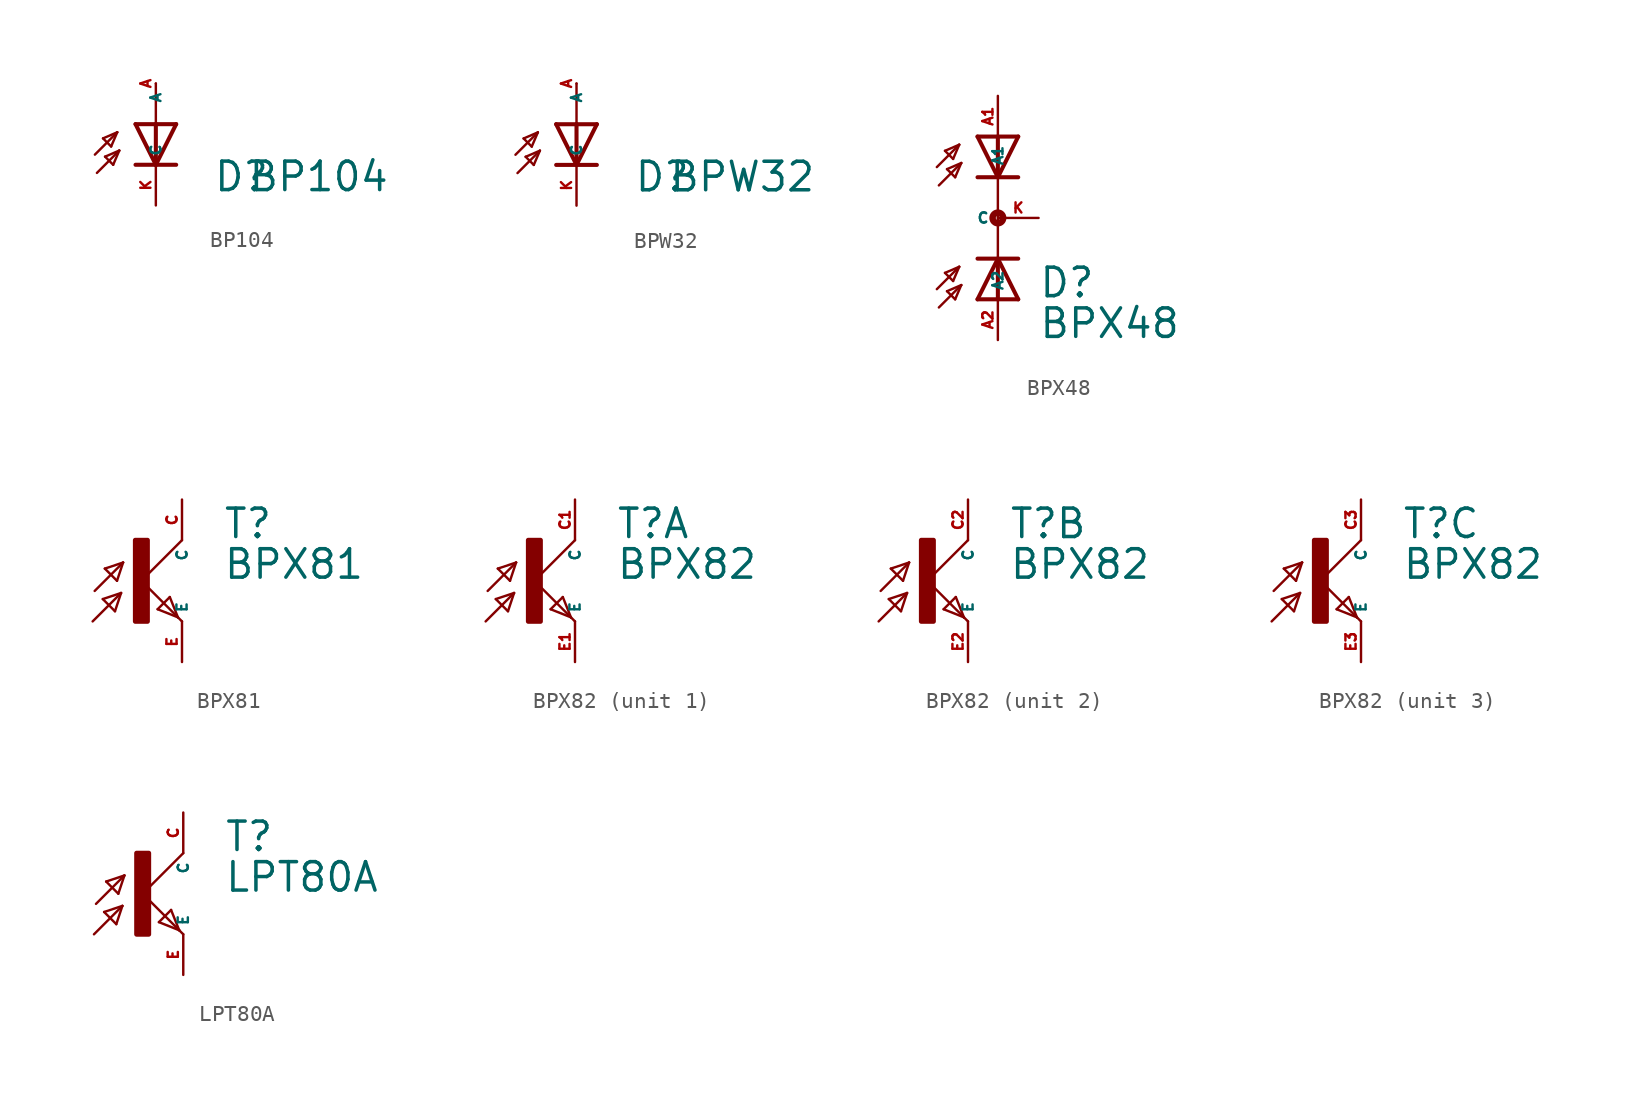
<source format=kicad_sym>
(kicad_symbol_lib
  (version 20220914)
  (generator Eagle2Kicad)
  (symbol "BP104"
    (property "Reference" "D"
      (at 3.556 -4.318 0)
      (effects (font (size 1.778 1.778) (thickness 0.22)) (justify left bottom)))
    (property "Value" "BP104"
      (at 5.715 -4.318 0)
      (effects (font (size 1.778 1.778) (thickness 0.22)) (justify left bottom)))
    (polyline
      (pts (xy 1.27 0) (xy 0 -2.54))
      (stroke (width 0.254) (type default))
      (fill (type none)))
    (polyline
      (pts (xy 0 -2.54) (xy -1.27 0))
      (stroke (width 0.254) (type default))
      (fill (type none)))
    (polyline
      (pts (xy 1.27 -2.54) (xy 0 -2.54))
      (stroke (width 0.254) (type default))
      (fill (type none)))
    (polyline
      (pts (xy 0 -2.54) (xy -1.27 -2.54))
      (stroke (width 0.254) (type default))
      (fill (type none)))
    (polyline
      (pts (xy 1.27 0) (xy 0 0))
      (stroke (width 0.254) (type default))
      (fill (type none)))
    (polyline
      (pts (xy 0 2.54) (xy 0 0))
      (stroke (width 0.152) (type default))
      (fill (type none)))
    (polyline
      (pts (xy 0 0) (xy -1.27 0))
      (stroke (width 0.254) (type default))
      (fill (type none)))
    (polyline
      (pts (xy 0 0) (xy 0 -2.54))
      (stroke (width 0.254) (type default))
      (fill (type none)))
    (polyline
      (pts (xy -3.683 -3.048) (xy -2.286 -1.651))
      (stroke (width 0.152) (type default))
      (fill (type none)))
    (polyline
      (pts (xy -2.286 -1.651) (xy -3.175 -2.032))
      (stroke (width 0.152) (type default))
      (fill (type none)))
    (polyline
      (pts (xy -3.175 -2.032) (xy -2.667 -2.54))
      (stroke (width 0.152) (type default))
      (fill (type none)))
    (polyline
      (pts (xy -2.667 -2.54) (xy -2.286 -1.651))
      (stroke (width 0.152) (type default))
      (fill (type none)))
    (polyline
      (pts (xy -2.413 -0.508) (xy -3.302 -0.889))
      (stroke (width 0.152) (type default))
      (fill (type none)))
    (polyline
      (pts (xy -3.302 -0.889) (xy -2.794 -1.397))
      (stroke (width 0.152) (type default))
      (fill (type none)))
    (polyline
      (pts (xy -2.794 -1.397) (xy -2.413 -0.508))
      (stroke (width 0.152) (type default))
      (fill (type none)))
    (polyline
      (pts (xy -3.81 -1.905) (xy -2.413 -0.508))
      (stroke (width 0.152) (type default))
      (fill (type none)))
    (pin passive line
      (at 0 -5.08 90)
      (length 2.54)
      (name "C" (effects (font (size 0.635 0.635) (thickness 0.08)) (justify left bottom)))
      (number "K" (effects (font (size 0.635 0.635) (thickness 0.08)) (justify left bottom))))
    (pin passive line
      (at 0 2.54 270)
      (length 0)
      (name "A" (effects (font (size 0.635 0.635) (thickness 0.08)) (justify left bottom)))
      (number "A" (effects (font (size 0.635 0.635) (thickness 0.08)) (justify left bottom)))))
  (symbol "BPW32"
    (property "Reference" "D"
      (at 3.556 -4.318 0)
      (effects (font (size 1.778 1.778) (thickness 0.22)) (justify left bottom)))
    (property "Value" "BPW32"
      (at 5.715 -4.318 0)
      (effects (font (size 1.778 1.778) (thickness 0.22)) (justify left bottom)))
    (polyline
      (pts (xy 1.27 0) (xy 0 -2.54))
      (stroke (width 0.254) (type default))
      (fill (type none)))
    (polyline
      (pts (xy 0 -2.54) (xy -1.27 0))
      (stroke (width 0.254) (type default))
      (fill (type none)))
    (polyline
      (pts (xy 1.27 -2.54) (xy 0 -2.54))
      (stroke (width 0.254) (type default))
      (fill (type none)))
    (polyline
      (pts (xy 0 -2.54) (xy -1.27 -2.54))
      (stroke (width 0.254) (type default))
      (fill (type none)))
    (polyline
      (pts (xy 1.27 0) (xy 0 0))
      (stroke (width 0.254) (type default))
      (fill (type none)))
    (polyline
      (pts (xy 0 2.54) (xy 0 0))
      (stroke (width 0.152) (type default))
      (fill (type none)))
    (polyline
      (pts (xy 0 0) (xy -1.27 0))
      (stroke (width 0.254) (type default))
      (fill (type none)))
    (polyline
      (pts (xy 0 0) (xy 0 -2.54))
      (stroke (width 0.254) (type default))
      (fill (type none)))
    (polyline
      (pts (xy -3.683 -3.048) (xy -2.286 -1.651))
      (stroke (width 0.152) (type default))
      (fill (type none)))
    (polyline
      (pts (xy -2.286 -1.651) (xy -3.175 -2.032))
      (stroke (width 0.152) (type default))
      (fill (type none)))
    (polyline
      (pts (xy -3.175 -2.032) (xy -2.667 -2.54))
      (stroke (width 0.152) (type default))
      (fill (type none)))
    (polyline
      (pts (xy -2.667 -2.54) (xy -2.286 -1.651))
      (stroke (width 0.152) (type default))
      (fill (type none)))
    (polyline
      (pts (xy -2.413 -0.508) (xy -3.302 -0.889))
      (stroke (width 0.152) (type default))
      (fill (type none)))
    (polyline
      (pts (xy -3.302 -0.889) (xy -2.794 -1.397))
      (stroke (width 0.152) (type default))
      (fill (type none)))
    (polyline
      (pts (xy -2.794 -1.397) (xy -2.413 -0.508))
      (stroke (width 0.152) (type default))
      (fill (type none)))
    (polyline
      (pts (xy -3.81 -1.905) (xy -2.413 -0.508))
      (stroke (width 0.152) (type default))
      (fill (type none)))
    (pin passive line
      (at 0 -5.08 90)
      (length 2.54)
      (name "C" (effects (font (size 0.635 0.635) (thickness 0.08)) (justify left bottom)))
      (number "K" (effects (font (size 0.635 0.635) (thickness 0.08)) (justify left bottom))))
    (pin passive line
      (at 0 2.54 270)
      (length 0)
      (name "A" (effects (font (size 0.635 0.635) (thickness 0.08)) (justify left bottom)))
      (number "A" (effects (font (size 0.635 0.635) (thickness 0.08)) (justify left bottom)))))
  (symbol "BPX48"
    (property "Reference" "D"
      (at 2.515 -5.08 0)
      (effects (font (size 1.778 1.778) (thickness 0.22)) (justify left bottom)))
    (property "Value" "BPX48"
      (at 2.515 -7.62 0)
      (effects (font (size 1.778 1.778) (thickness 0.22)) (justify left bottom)))
    (polyline
      (pts (xy -1.27 5.08) (xy 0 2.54))
      (stroke (width 0.254) (type default))
      (fill (type none)))
    (polyline
      (pts (xy 0 2.54) (xy 1.27 5.08))
      (stroke (width 0.254) (type default))
      (fill (type none)))
    (polyline
      (pts (xy 1.27 2.54) (xy 0 2.54))
      (stroke (width 0.254) (type default))
      (fill (type none)))
    (polyline
      (pts (xy 1.27 5.08) (xy 0 5.08))
      (stroke (width 0.254) (type default))
      (fill (type none)))
    (polyline
      (pts (xy 0 5.08) (xy 0 2.54))
      (stroke (width 0.254) (type default))
      (fill (type none)))
    (polyline
      (pts (xy 0 5.08) (xy -1.27 5.08))
      (stroke (width 0.254) (type default))
      (fill (type none)))
    (polyline
      (pts (xy 0 2.54) (xy -1.27 2.54))
      (stroke (width 0.254) (type default))
      (fill (type none)))
    (polyline
      (pts (xy 1.27 -5.08) (xy 0 -2.54))
      (stroke (width 0.254) (type default))
      (fill (type none)))
    (polyline
      (pts (xy 0 -2.54) (xy -1.27 -5.08))
      (stroke (width 0.254) (type default))
      (fill (type none)))
    (polyline
      (pts (xy -1.27 -2.54) (xy 0 -2.54))
      (stroke (width 0.254) (type default))
      (fill (type none)))
    (polyline
      (pts (xy 0 2.54) (xy 0 -2.54))
      (stroke (width 0.152) (type default))
      (fill (type none)))
    (polyline
      (pts (xy -1.27 -5.08) (xy 0 -5.08))
      (stroke (width 0.254) (type default))
      (fill (type none)))
    (polyline
      (pts (xy 0 -5.08) (xy 0 -2.54))
      (stroke (width 0.254) (type default))
      (fill (type none)))
    (polyline
      (pts (xy 0 -5.08) (xy 1.27 -5.08))
      (stroke (width 0.254) (type default))
      (fill (type none)))
    (polyline
      (pts (xy 0 -2.54) (xy 1.27 -2.54))
      (stroke (width 0.254) (type default))
      (fill (type none)))
    (polyline
      (pts (xy -3.683 -5.588) (xy -2.286 -4.191))
      (stroke (width 0.152) (type default))
      (fill (type none)))
    (polyline
      (pts (xy -2.286 -4.191) (xy -3.175 -4.572))
      (stroke (width 0.152) (type default))
      (fill (type none)))
    (polyline
      (pts (xy -3.175 -4.572) (xy -2.667 -5.08))
      (stroke (width 0.152) (type default))
      (fill (type none)))
    (polyline
      (pts (xy -2.667 -5.08) (xy -2.286 -4.191))
      (stroke (width 0.152) (type default))
      (fill (type none)))
    (polyline
      (pts (xy -2.413 -3.048) (xy -3.302 -3.429))
      (stroke (width 0.152) (type default))
      (fill (type none)))
    (polyline
      (pts (xy -3.302 -3.429) (xy -2.794 -3.937))
      (stroke (width 0.152) (type default))
      (fill (type none)))
    (polyline
      (pts (xy -2.794 -3.937) (xy -2.413 -3.048))
      (stroke (width 0.152) (type default))
      (fill (type none)))
    (polyline
      (pts (xy -3.81 -4.445) (xy -2.413 -3.048))
      (stroke (width 0.152) (type default))
      (fill (type none)))
    (polyline
      (pts (xy -3.683 2.032) (xy -2.286 3.429))
      (stroke (width 0.152) (type default))
      (fill (type none)))
    (polyline
      (pts (xy -2.286 3.429) (xy -3.175 3.048))
      (stroke (width 0.152) (type default))
      (fill (type none)))
    (polyline
      (pts (xy -3.175 3.048) (xy -2.667 2.54))
      (stroke (width 0.152) (type default))
      (fill (type none)))
    (polyline
      (pts (xy -2.667 2.54) (xy -2.286 3.429))
      (stroke (width 0.152) (type default))
      (fill (type none)))
    (polyline
      (pts (xy -2.413 4.572) (xy -3.302 4.191))
      (stroke (width 0.152) (type default))
      (fill (type none)))
    (polyline
      (pts (xy -3.302 4.191) (xy -2.794 3.683))
      (stroke (width 0.152) (type default))
      (fill (type none)))
    (polyline
      (pts (xy -2.794 3.683) (xy -2.413 4.572))
      (stroke (width 0.152) (type default))
      (fill (type none)))
    (polyline
      (pts (xy -3.81 3.175) (xy -2.413 4.572))
      (stroke (width 0.152) (type default))
      (fill (type none)))
    (circle
      (center 0 0)
      (radius 0.127)
      (stroke (width 0.406) (type default))
      (fill (type none)))
    (pin passive line
      (at 0 7.62 270)
      (length 2.54)
      (name "A1" (effects (font (size 0.635 0.635) (thickness 0.08)) (justify left bottom)))
      (number "A1" (effects (font (size 0.635 0.635) (thickness 0.08)) (justify left bottom))))
    (pin passive line
      (at 0 -7.62 90)
      (length 2.54)
      (name "A2" (effects (font (size 0.635 0.635) (thickness 0.08)) (justify left bottom)))
      (number "A2" (effects (font (size 0.635 0.635) (thickness 0.08)) (justify left bottom))))
    (pin passive line
      (at 2.54 0 180)
      (length 2.54)
      (name "C" (effects (font (size 0.635 0.635) (thickness 0.08)) (justify left bottom)))
      (number "K" (effects (font (size 0.635 0.635) (thickness 0.08)) (justify left bottom)))))
  (symbol "BPX81"
    (property "Reference" "T"
      (at 5.08 2.54 0)
      (effects (font (size 1.778 1.778) (thickness 0.22)) (justify left bottom)))
    (property "Value" "BPX81"
      (at 5.08 0 0)
      (effects (font (size 1.778 1.778) (thickness 0.22)) (justify left bottom)))
    (polyline
      (pts (xy -3.048 -2.54) (xy -1.27 -0.762))
      (stroke (width 0.152) (type default))
      (fill (type none)))
    (polyline
      (pts (xy -1.27 -0.762) (xy -2.413 -1.143))
      (stroke (width 0.152) (type default))
      (fill (type none)))
    (polyline
      (pts (xy -2.413 -1.143) (xy -1.651 -1.905))
      (stroke (width 0.152) (type default))
      (fill (type none)))
    (polyline
      (pts (xy -1.651 -1.905) (xy -1.27 -0.762))
      (stroke (width 0.152) (type default))
      (fill (type none)))
    (polyline
      (pts (xy -1.143 1.143) (xy -2.286 0.762))
      (stroke (width 0.152) (type default))
      (fill (type none)))
    (polyline
      (pts (xy -2.286 0.762) (xy -1.524 0))
      (stroke (width 0.152) (type default))
      (fill (type none)))
    (polyline
      (pts (xy -1.524 0) (xy -1.143 1.143))
      (stroke (width 0.152) (type default))
      (fill (type none)))
    (polyline
      (pts (xy -2.921 -0.635) (xy -1.143 1.143))
      (stroke (width 0.152) (type default))
      (fill (type none)))
    (polyline
      (pts (xy 2.54 2.54) (xy 0 0))
      (stroke (width 0.152) (type default))
      (fill (type none)))
    (polyline
      (pts (xy 0 0) (xy 2.286 -2.286))
      (stroke (width 0.152) (type default))
      (fill (type none)))
    (polyline
      (pts (xy 1.778 -1.016) (xy 2.286 -2.286))
      (stroke (width 0.152) (type default))
      (fill (type none)))
    (polyline
      (pts (xy 2.286 -2.286) (xy 2.54 -2.54))
      (stroke (width 0.152) (type default))
      (fill (type none)))
    (polyline
      (pts (xy 2.286 -2.286) (xy 1.016 -1.778))
      (stroke (width 0.152) (type default))
      (fill (type none)))
    (polyline
      (pts (xy 1.016 -1.778) (xy 1.778 -1.016))
      (stroke (width 0.152) (type default))
      (fill (type none)))
    (rectangle
      (start -0.381 -2.54)
      (end 0.381 2.54)
      (stroke (width 0.3) (type default))
      (fill (type outline)))
    (pin passive line
      (at 2.54 -5.08 90)
      (length 2.54)
      (name "E" (effects (font (size 0.635 0.635) (thickness 0.08)) (justify left bottom)))
      (number "E" (effects (font (size 0.635 0.635) (thickness 0.08)) (justify left bottom))))
    (pin passive line
      (at 2.54 5.08 270)
      (length 2.54)
      (name "C" (effects (font (size 0.635 0.635) (thickness 0.08)) (justify left bottom)))
      (number "C" (effects (font (size 0.635 0.635) (thickness 0.08)) (justify left bottom)))))
  (symbol "BPX82"
    (property "Reference" "T"
      (at 5.08 2.54 0)
      (effects (font (size 1.778 1.778) (thickness 0.22)) (justify left bottom)))
    (property "Value" "BPX82"
      (at 5.08 0 0)
      (effects (font (size 1.778 1.778) (thickness 0.22)) (justify left bottom)))
    (symbol "BPX82_1_0"
      (polyline (pts (xy -3.048 -2.54) (xy -1.27 -0.762)) (stroke (width 0.152) (type default)) (fill (type none)))
      (polyline (pts (xy -1.27 -0.762) (xy -2.413 -1.143)) (stroke (width 0.152) (type default)) (fill (type none)))
      (polyline (pts (xy -2.413 -1.143) (xy -1.651 -1.905)) (stroke (width 0.152) (type default)) (fill (type none)))
      (polyline (pts (xy -1.651 -1.905) (xy -1.27 -0.762)) (stroke (width 0.152) (type default)) (fill (type none)))
      (polyline (pts (xy -1.143 1.143) (xy -2.286 0.762)) (stroke (width 0.152) (type default)) (fill (type none)))
      (polyline (pts (xy -2.286 0.762) (xy -1.524 0)) (stroke (width 0.152) (type default)) (fill (type none)))
      (polyline (pts (xy -1.524 0) (xy -1.143 1.143)) (stroke (width 0.152) (type default)) (fill (type none)))
      (polyline (pts (xy -2.921 -0.635) (xy -1.143 1.143)) (stroke (width 0.152) (type default)) (fill (type none)))
      (polyline (pts (xy 2.54 2.54) (xy 0 0)) (stroke (width 0.152) (type default)) (fill (type none)))
      (polyline (pts (xy 0 0) (xy 2.286 -2.286)) (stroke (width 0.152) (type default)) (fill (type none)))
      (polyline (pts (xy 1.778 -1.016) (xy 2.286 -2.286)) (stroke (width 0.152) (type default)) (fill (type none)))
      (polyline (pts (xy 2.286 -2.286) (xy 2.54 -2.54)) (stroke (width 0.152) (type default)) (fill (type none)))
      (polyline (pts (xy 2.286 -2.286) (xy 1.016 -1.778)) (stroke (width 0.152) (type default)) (fill (type none)))
      (polyline (pts (xy 1.016 -1.778) (xy 1.778 -1.016)) (stroke (width 0.152) (type default)) (fill (type none)))
      (rectangle (start -0.381 -2.54) (end 0.381 2.54) (stroke (width 0.3) (type default)) (fill (type outline)))
      (pin passive line (at 2.54 -5.08 90) (length 2.54) (name "E" (effects (font (size 0.635 0.635) (thickness 0.08)) (justify left bottom))) (number "E1" (effects (font (size 0.635 0.635) (thickness 0.08)) (justify left bottom))))
      (pin passive line (at 2.54 5.08 270) (length 2.54) (name "C" (effects (font (size 0.635 0.635) (thickness 0.08)) (justify left bottom))) (number "C1" (effects (font (size 0.635 0.635) (thickness 0.08)) (justify left bottom)))))
    (symbol "BPX82_2_0"
      (polyline (pts (xy -3.048 -2.54) (xy -1.27 -0.762)) (stroke (width 0.152) (type default)) (fill (type none)))
      (polyline (pts (xy -1.27 -0.762) (xy -2.413 -1.143)) (stroke (width 0.152) (type default)) (fill (type none)))
      (polyline (pts (xy -2.413 -1.143) (xy -1.651 -1.905)) (stroke (width 0.152) (type default)) (fill (type none)))
      (polyline (pts (xy -1.651 -1.905) (xy -1.27 -0.762)) (stroke (width 0.152) (type default)) (fill (type none)))
      (polyline (pts (xy -1.143 1.143) (xy -2.286 0.762)) (stroke (width 0.152) (type default)) (fill (type none)))
      (polyline (pts (xy -2.286 0.762) (xy -1.524 0)) (stroke (width 0.152) (type default)) (fill (type none)))
      (polyline (pts (xy -1.524 0) (xy -1.143 1.143)) (stroke (width 0.152) (type default)) (fill (type none)))
      (polyline (pts (xy -2.921 -0.635) (xy -1.143 1.143)) (stroke (width 0.152) (type default)) (fill (type none)))
      (polyline (pts (xy 2.54 2.54) (xy 0 0)) (stroke (width 0.152) (type default)) (fill (type none)))
      (polyline (pts (xy 0 0) (xy 2.286 -2.286)) (stroke (width 0.152) (type default)) (fill (type none)))
      (polyline (pts (xy 1.778 -1.016) (xy 2.286 -2.286)) (stroke (width 0.152) (type default)) (fill (type none)))
      (polyline (pts (xy 2.286 -2.286) (xy 2.54 -2.54)) (stroke (width 0.152) (type default)) (fill (type none)))
      (polyline (pts (xy 2.286 -2.286) (xy 1.016 -1.778)) (stroke (width 0.152) (type default)) (fill (type none)))
      (polyline (pts (xy 1.016 -1.778) (xy 1.778 -1.016)) (stroke (width 0.152) (type default)) (fill (type none)))
      (rectangle (start -0.381 -2.54) (end 0.381 2.54) (stroke (width 0.3) (type default)) (fill (type outline)))
      (pin passive line (at 2.54 -5.08 90) (length 2.54) (name "E" (effects (font (size 0.635 0.635) (thickness 0.08)) (justify left bottom))) (number "E2" (effects (font (size 0.635 0.635) (thickness 0.08)) (justify left bottom))))
      (pin passive line (at 2.54 5.08 270) (length 2.54) (name "C" (effects (font (size 0.635 0.635) (thickness 0.08)) (justify left bottom))) (number "C2" (effects (font (size 0.635 0.635) (thickness 0.08)) (justify left bottom)))))
    (symbol "BPX82_3_0"
      (polyline (pts (xy -3.048 -2.54) (xy -1.27 -0.762)) (stroke (width 0.152) (type default)) (fill (type none)))
      (polyline (pts (xy -1.27 -0.762) (xy -2.413 -1.143)) (stroke (width 0.152) (type default)) (fill (type none)))
      (polyline (pts (xy -2.413 -1.143) (xy -1.651 -1.905)) (stroke (width 0.152) (type default)) (fill (type none)))
      (polyline (pts (xy -1.651 -1.905) (xy -1.27 -0.762)) (stroke (width 0.152) (type default)) (fill (type none)))
      (polyline (pts (xy -1.143 1.143) (xy -2.286 0.762)) (stroke (width 0.152) (type default)) (fill (type none)))
      (polyline (pts (xy -2.286 0.762) (xy -1.524 0)) (stroke (width 0.152) (type default)) (fill (type none)))
      (polyline (pts (xy -1.524 0) (xy -1.143 1.143)) (stroke (width 0.152) (type default)) (fill (type none)))
      (polyline (pts (xy -2.921 -0.635) (xy -1.143 1.143)) (stroke (width 0.152) (type default)) (fill (type none)))
      (polyline (pts (xy 2.54 2.54) (xy 0 0)) (stroke (width 0.152) (type default)) (fill (type none)))
      (polyline (pts (xy 0 0) (xy 2.286 -2.286)) (stroke (width 0.152) (type default)) (fill (type none)))
      (polyline (pts (xy 1.778 -1.016) (xy 2.286 -2.286)) (stroke (width 0.152) (type default)) (fill (type none)))
      (polyline (pts (xy 2.286 -2.286) (xy 2.54 -2.54)) (stroke (width 0.152) (type default)) (fill (type none)))
      (polyline (pts (xy 2.286 -2.286) (xy 1.016 -1.778)) (stroke (width 0.152) (type default)) (fill (type none)))
      (polyline (pts (xy 1.016 -1.778) (xy 1.778 -1.016)) (stroke (width 0.152) (type default)) (fill (type none)))
      (rectangle (start -0.381 -2.54) (end 0.381 2.54) (stroke (width 0.3) (type default)) (fill (type outline)))
      (pin passive line (at 2.54 -5.08 90) (length 2.54) (name "E" (effects (font (size 0.635 0.635) (thickness 0.08)) (justify left bottom))) (number "E3" (effects (font (size 0.635 0.635) (thickness 0.08)) (justify left bottom))))
      (pin passive line (at 2.54 5.08 270) (length 2.54) (name "C" (effects (font (size 0.635 0.635) (thickness 0.08)) (justify left bottom))) (number "C3" (effects (font (size 0.635 0.635) (thickness 0.08)) (justify left bottom))))))
  (symbol "LPT80A"
    (property "Reference" "T"
      (at 5.08 2.54 0)
      (effects (font (size 1.778 1.778) (thickness 0.22)) (justify left bottom)))
    (property "Value" "LPT80A"
      (at 5.08 0 0)
      (effects (font (size 1.778 1.778) (thickness 0.22)) (justify left bottom)))
    (polyline
      (pts (xy -3.048 -2.54) (xy -1.27 -0.762))
      (stroke (width 0.152) (type default))
      (fill (type none)))
    (polyline
      (pts (xy -1.27 -0.762) (xy -2.413 -1.143))
      (stroke (width 0.152) (type default))
      (fill (type none)))
    (polyline
      (pts (xy -2.413 -1.143) (xy -1.651 -1.905))
      (stroke (width 0.152) (type default))
      (fill (type none)))
    (polyline
      (pts (xy -1.651 -1.905) (xy -1.27 -0.762))
      (stroke (width 0.152) (type default))
      (fill (type none)))
    (polyline
      (pts (xy -1.143 1.143) (xy -2.286 0.762))
      (stroke (width 0.152) (type default))
      (fill (type none)))
    (polyline
      (pts (xy -2.286 0.762) (xy -1.524 0))
      (stroke (width 0.152) (type default))
      (fill (type none)))
    (polyline
      (pts (xy -1.524 0) (xy -1.143 1.143))
      (stroke (width 0.152) (type default))
      (fill (type none)))
    (polyline
      (pts (xy -2.921 -0.635) (xy -1.143 1.143))
      (stroke (width 0.152) (type default))
      (fill (type none)))
    (polyline
      (pts (xy 2.54 2.54) (xy 0 0))
      (stroke (width 0.152) (type default))
      (fill (type none)))
    (polyline
      (pts (xy 0 0) (xy 2.286 -2.286))
      (stroke (width 0.152) (type default))
      (fill (type none)))
    (polyline
      (pts (xy 1.778 -1.016) (xy 2.286 -2.286))
      (stroke (width 0.152) (type default))
      (fill (type none)))
    (polyline
      (pts (xy 2.286 -2.286) (xy 2.54 -2.54))
      (stroke (width 0.152) (type default))
      (fill (type none)))
    (polyline
      (pts (xy 2.286 -2.286) (xy 1.016 -1.778))
      (stroke (width 0.152) (type default))
      (fill (type none)))
    (polyline
      (pts (xy 1.016 -1.778) (xy 1.778 -1.016))
      (stroke (width 0.152) (type default))
      (fill (type none)))
    (rectangle
      (start -0.381 -2.54)
      (end 0.381 2.54)
      (stroke (width 0.3) (type default))
      (fill (type outline)))
    (pin passive line
      (at 2.54 -5.08 90)
      (length 2.54)
      (name "E" (effects (font (size 0.635 0.635) (thickness 0.08)) (justify left bottom)))
      (number "E" (effects (font (size 0.635 0.635) (thickness 0.08)) (justify left bottom))))
    (pin passive line
      (at 2.54 5.08 270)
      (length 2.54)
      (name "C" (effects (font (size 0.635 0.635) (thickness 0.08)) (justify left bottom)))
      (number "C" (effects (font (size 0.635 0.635) (thickness 0.08)) (justify left bottom))))))
</source>
